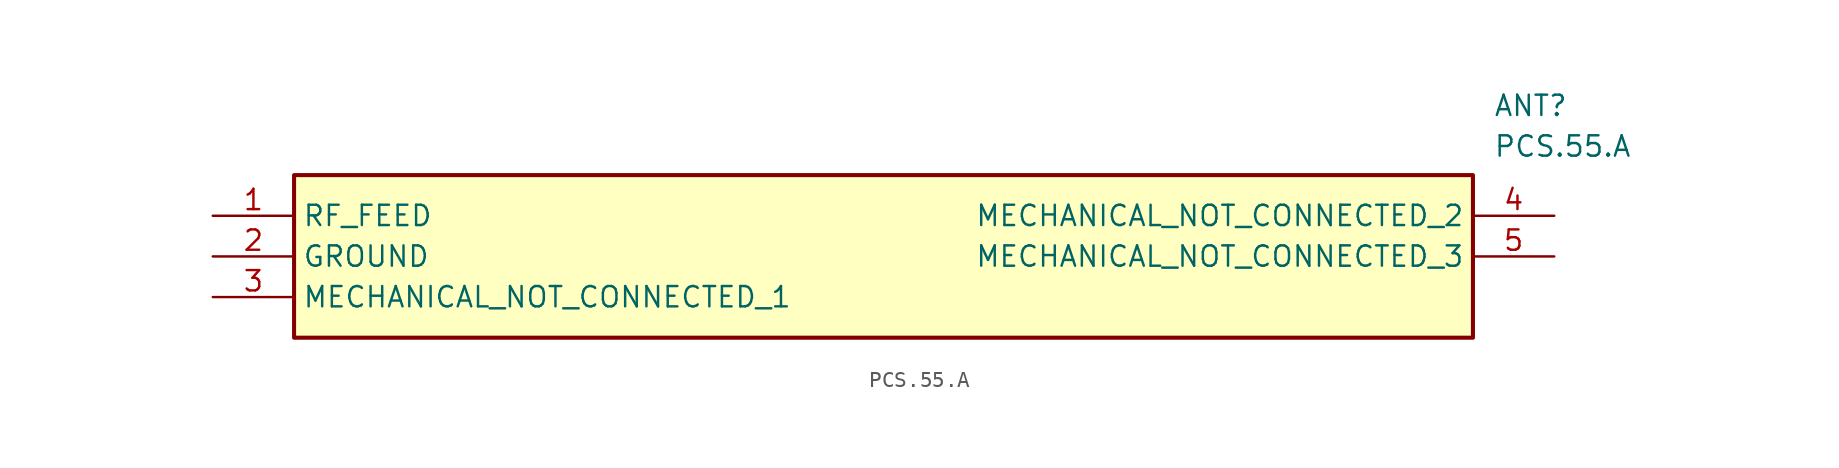
<source format=kicad_sym>
(kicad_symbol_lib
  (version 20211014)
  (generator SamacSys_ECAD_Model)
  (symbol "PCS.55.A"
    (property "Reference" "ANT"
      (at 80.01 7.62 0)
      (effects (font (size 1.27 1.27)) (justify left top)))
    (property "Value" "PCS.55.A"
      (at 80.01 5.08 0)
      (effects (font (size 1.27 1.27)) (justify left top)))
    (rectangle
      (start 5.08 2.54)
      (end 78.74 -7.62)
      (stroke (width 0.254) (type default))
      (fill (type background)))
    (pin passive line
      (at 0 0 0)
      (length 5.08)
      (name "RF_FEED" (effects (font (size 1.27 1.27))))
      (number "1" (effects (font (size 1.27 1.27)))))
    (pin passive line
      (at 0 -2.54 0)
      (length 5.08)
      (name "GROUND" (effects (font (size 1.27 1.27))))
      (number "2" (effects (font (size 1.27 1.27)))))
    (pin passive line
      (at 0 -5.08 0)
      (length 5.08)
      (name "MECHANICAL_NOT_CONNECTED_1" (effects (font (size 1.27 1.27))))
      (number "3" (effects (font (size 1.27 1.27)))))
    (pin passive line
      (at 83.82 0 180)
      (length 5.08)
      (name "MECHANICAL_NOT_CONNECTED_2" (effects (font (size 1.27 1.27))))
      (number "4" (effects (font (size 1.27 1.27)))))
    (pin passive line
      (at 83.82 -2.54 180)
      (length 5.08)
      (name "MECHANICAL_NOT_CONNECTED_3" (effects (font (size 1.27 1.27))))
      (number "5" (effects (font (size 1.27 1.27)))))))
</source>
